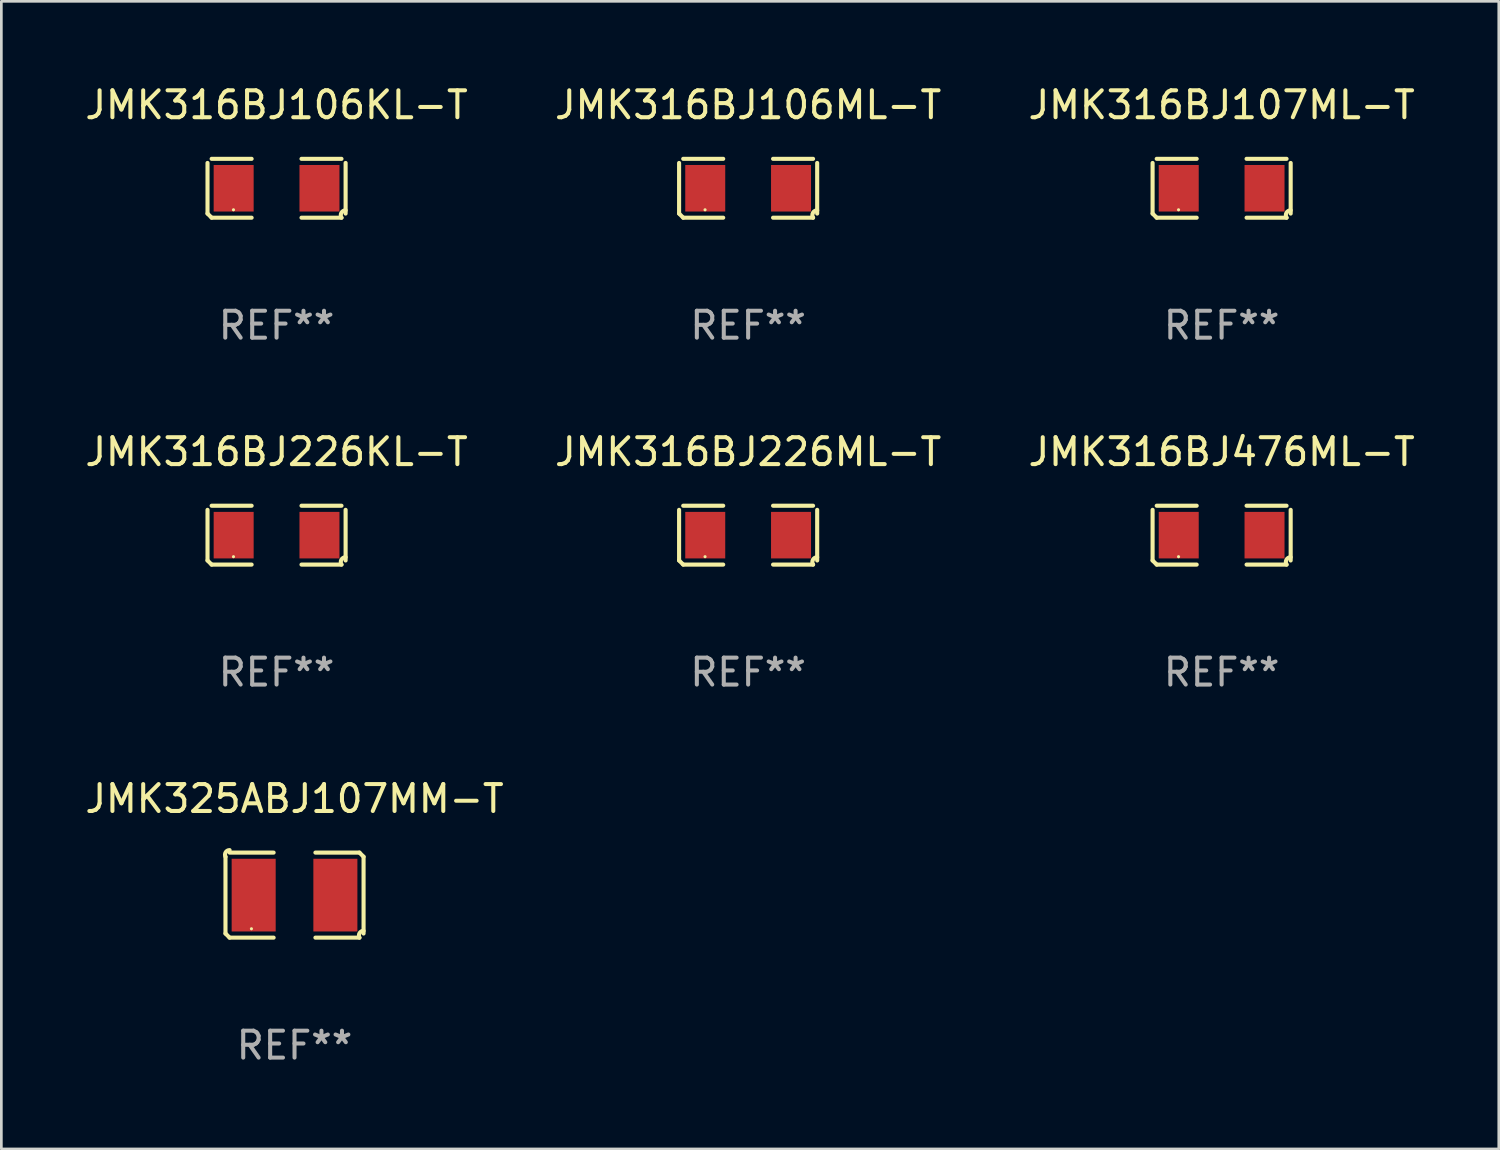
<source format=kicad_pcb>
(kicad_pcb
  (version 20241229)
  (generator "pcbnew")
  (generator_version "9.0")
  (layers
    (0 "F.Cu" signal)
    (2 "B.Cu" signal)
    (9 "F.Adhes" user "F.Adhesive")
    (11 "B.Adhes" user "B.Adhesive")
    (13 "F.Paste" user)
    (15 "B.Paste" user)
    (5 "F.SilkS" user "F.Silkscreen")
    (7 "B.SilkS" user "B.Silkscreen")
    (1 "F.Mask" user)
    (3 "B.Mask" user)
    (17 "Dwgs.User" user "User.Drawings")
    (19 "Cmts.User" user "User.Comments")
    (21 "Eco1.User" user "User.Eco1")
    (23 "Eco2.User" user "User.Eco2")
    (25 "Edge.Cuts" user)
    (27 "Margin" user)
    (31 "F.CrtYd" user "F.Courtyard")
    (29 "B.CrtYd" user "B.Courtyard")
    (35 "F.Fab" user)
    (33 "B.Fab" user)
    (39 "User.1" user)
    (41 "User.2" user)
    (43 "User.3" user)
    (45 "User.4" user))
  (footprint "JMK316BJ226ML-T"
    (layer "F.Cu")
    (at 24.732 16.823)
    (property "Reference" "JMK316BJ226ML-T" (at 0 -3.093 0) (layer "F.SilkS") (effects (font (size 1 1) (thickness 0.15))))
    (attr through_hole)
    (fp_line (start -2.564 0.94) (end -2.564 -0.94) (stroke (width 0.152) (type solid)) (layer "F.SilkS"))
    (fp_line (start -2.411 -1.093) (end -0.926 -1.093) (stroke (width 0.152) (type solid)) (layer "F.SilkS"))
    (fp_line (start -0.926 1.093) (end -2.411 1.093) (stroke (width 0.152) (type solid)) (layer "F.SilkS"))
    (fp_line (start 0.926 1.093) (end 2.411 1.093) (stroke (width 0.152) (type solid)) (layer "F.SilkS"))
    (fp_line (start 2.411 -1.093) (end 0.926 -1.093) (stroke (width 0.152) (type solid)) (layer "F.SilkS"))
    (fp_line (start 2.564 0.94) (end 2.564 -0.94) (stroke (width 0.152) (type solid)) (layer "F.SilkS"))
    (fp_arc (start -2.411201 1.092609) (mid -2.487413 1.01642) (end -2.563602 0.940208) (stroke (width 0.1524) (type solid)) (layer "F.SilkS"))
    (fp_arc (start 2.411201 1.092609) (mid 2.407159 0.911226) (end 2.563602 0.819347) (stroke (width 0.1524) (type solid)) (layer "F.SilkS"))
    (fp_circle (center -1.6 0.8) (end -1.57 0.8) (stroke (width 0.06) (type solid)) (fill no) (layer "F.SilkS"))
    (fp_text user "REF**" (at 0 5.093 0) (layer "F.Fab") (effects (font (size 1 1) (thickness 0.15))))
    (pad "1" smd rect (at -1.593 0) (size 1.485 1.728) (layers "F.Cu" "F.Mask" "F.Paste"))
    (pad "2" smd rect (at 1.593 0) (size 1.485 1.728) (layers "F.Cu" "F.Mask" "F.Paste")))
  (footprint "JMK316BJ107ML-T"
    (layer "F.Cu")
    (at 42.315 3.941)
    (property "Reference" "JMK316BJ107ML-T" (at 0 -3.093 0) (layer "F.SilkS") (effects (font (size 1 1) (thickness 0.15))))
    (attr through_hole)
    (fp_line (start -2.564 0.94) (end -2.564 -0.94) (stroke (width 0.152) (type solid)) (layer "F.SilkS"))
    (fp_line (start -2.411 -1.093) (end -0.926 -1.093) (stroke (width 0.152) (type solid)) (layer "F.SilkS"))
    (fp_line (start -0.926 1.093) (end -2.411 1.093) (stroke (width 0.152) (type solid)) (layer "F.SilkS"))
    (fp_line (start 0.926 1.093) (end 2.411 1.093) (stroke (width 0.152) (type solid)) (layer "F.SilkS"))
    (fp_line (start 2.411 -1.093) (end 0.926 -1.093) (stroke (width 0.152) (type solid)) (layer "F.SilkS"))
    (fp_line (start 2.564 0.94) (end 2.564 -0.94) (stroke (width 0.152) (type solid)) (layer "F.SilkS"))
    (fp_arc (start -2.411201 1.092609) (mid -2.487413 1.01642) (end -2.563602 0.940208) (stroke (width 0.1524) (type solid)) (layer "F.SilkS"))
    (fp_arc (start 2.411201 1.092609) (mid 2.407159 0.911226) (end 2.563602 0.819347) (stroke (width 0.1524) (type solid)) (layer "F.SilkS"))
    (fp_circle (center -1.6 0.8) (end -1.57 0.8) (stroke (width 0.06) (type solid)) (fill no) (layer "F.SilkS"))
    (fp_text user "REF**" (at 0 5.093 0) (layer "F.Fab") (effects (font (size 1 1) (thickness 0.15))))
    (pad "1" smd rect (at -1.593 0) (size 1.485 1.728) (layers "F.Cu" "F.Mask" "F.Paste"))
    (pad "2" smd rect (at 1.593 0) (size 1.485 1.728) (layers "F.Cu" "F.Mask" "F.Paste")))
  (footprint "JMK325ABJ107MM-T"
    (layer "F.Cu")
    (at 7.887 30.19)
    (property "Reference" "JMK325ABJ107MM-T" (at 0 -3.579 0) (layer "F.SilkS") (effects (font (size 1 1) (thickness 0.15))))
    (attr through_hole)
    (fp_line (start -2.564 1.426) (end -2.564 -1.426) (stroke (width 0.152) (type solid)) (layer "F.SilkS"))
    (fp_line (start -2.411 -1.579) (end -0.776 -1.579) (stroke (width 0.152) (type solid)) (layer "F.SilkS"))
    (fp_line (start -0.776 1.579) (end -2.411 1.579) (stroke (width 0.152) (type solid)) (layer "F.SilkS"))
    (fp_line (start 0.776 1.579) (end 2.411 1.579) (stroke (width 0.152) (type solid)) (layer "F.SilkS"))
    (fp_line (start 2.411 -1.579) (end 0.776 -1.579) (stroke (width 0.152) (type solid)) (layer "F.SilkS"))
    (fp_line (start 2.564 1.426) (end 2.564 -1.426) (stroke (width 0.152) (type solid)) (layer "F.SilkS"))
    (fp_arc (start -2.563602 -1.426213) (mid -2.555597 -1.591233) (end -2.411201 -1.671518) (stroke (width 0.1524) (type solid)) (layer "F.SilkS"))
    (fp_arc (start -2.5636 1.426214) (mid -2.487389 1.502402) (end -2.411201 1.578613) (stroke (width 0.1524) (type solid)) (layer "F.SilkS"))
    (fp_arc (start 2.411197 -1.578618) (mid 2.487403 -1.502419) (end 2.563602 -1.426213) (stroke (width 0.1524) (type solid)) (layer "F.SilkS"))
    (fp_arc (start 2.411201 1.578613) (mid 2.416214 1.409455) (end 2.563602 1.32629) (stroke (width 0.1524) (type solid)) (layer "F.SilkS"))
    (fp_circle (center -1.6 1.25) (end -1.57 1.25) (stroke (width 0.06) (type solid)) (fill no) (layer "F.SilkS"))
    (fp_text user "REF**" (at 0 5.579 0) (layer "F.Fab") (effects (font (size 1 1) (thickness 0.15))))
    (pad "1" smd rect (at -1.517 0) (size 1.635 2.7) (layers "F.Cu" "F.Mask" "F.Paste"))
    (pad "2" smd rect (at 1.517 0) (size 1.635 2.7) (layers "F.Cu" "F.Mask" "F.Paste")))
  (footprint "JMK316BJ226KL-T"
    (layer "F.Cu")
    (at 7.22 16.823)
    (property "Reference" "JMK316BJ226KL-T" (at 0 -3.093 0) (layer "F.SilkS") (effects (font (size 1 1) (thickness 0.15))))
    (attr through_hole)
    (fp_line (start -2.564 0.94) (end -2.564 -0.94) (stroke (width 0.152) (type solid)) (layer "F.SilkS"))
    (fp_line (start -2.411 -1.093) (end -0.926 -1.093) (stroke (width 0.152) (type solid)) (layer "F.SilkS"))
    (fp_line (start -0.926 1.093) (end -2.411 1.093) (stroke (width 0.152) (type solid)) (layer "F.SilkS"))
    (fp_line (start 0.926 1.093) (end 2.411 1.093) (stroke (width 0.152) (type solid)) (layer "F.SilkS"))
    (fp_line (start 2.411 -1.093) (end 0.926 -1.093) (stroke (width 0.152) (type solid)) (layer "F.SilkS"))
    (fp_line (start 2.564 0.94) (end 2.564 -0.94) (stroke (width 0.152) (type solid)) (layer "F.SilkS"))
    (fp_arc (start -2.411201 1.092609) (mid -2.487413 1.01642) (end -2.563602 0.940208) (stroke (width 0.1524) (type solid)) (layer "F.SilkS"))
    (fp_arc (start 2.411201 1.092609) (mid 2.407159 0.911226) (end 2.563602 0.819347) (stroke (width 0.1524) (type solid)) (layer "F.SilkS"))
    (fp_circle (center -1.6 0.8) (end -1.57 0.8) (stroke (width 0.06) (type solid)) (fill no) (layer "F.SilkS"))
    (fp_text user "REF**" (at 0 5.093 0) (layer "F.Fab") (effects (font (size 1 1) (thickness 0.15))))
    (pad "1" smd rect (at -1.593 0) (size 1.485 1.728) (layers "F.Cu" "F.Mask" "F.Paste"))
    (pad "2" smd rect (at 1.593 0) (size 1.485 1.728) (layers "F.Cu" "F.Mask" "F.Paste")))
  (footprint "JMK316BJ106ML-T"
    (layer "F.Cu")
    (at 24.732 3.941)
    (property "Reference" "JMK316BJ106ML-T" (at 0 -3.093 0) (layer "F.SilkS") (effects (font (size 1 1) (thickness 0.15))))
    (attr through_hole)
    (fp_line (start -2.564 0.94) (end -2.564 -0.94) (stroke (width 0.152) (type solid)) (layer "F.SilkS"))
    (fp_line (start -2.411 -1.093) (end -0.926 -1.093) (stroke (width 0.152) (type solid)) (layer "F.SilkS"))
    (fp_line (start -0.926 1.093) (end -2.411 1.093) (stroke (width 0.152) (type solid)) (layer "F.SilkS"))
    (fp_line (start 0.926 1.093) (end 2.411 1.093) (stroke (width 0.152) (type solid)) (layer "F.SilkS"))
    (fp_line (start 2.411 -1.093) (end 0.926 -1.093) (stroke (width 0.152) (type solid)) (layer "F.SilkS"))
    (fp_line (start 2.564 0.94) (end 2.564 -0.94) (stroke (width 0.152) (type solid)) (layer "F.SilkS"))
    (fp_arc (start -2.411201 1.092609) (mid -2.487413 1.01642) (end -2.563602 0.940208) (stroke (width 0.1524) (type solid)) (layer "F.SilkS"))
    (fp_arc (start 2.411201 1.092609) (mid 2.407159 0.911226) (end 2.563602 0.819347) (stroke (width 0.1524) (type solid)) (layer "F.SilkS"))
    (fp_circle (center -1.6 0.8) (end -1.57 0.8) (stroke (width 0.06) (type solid)) (fill no) (layer "F.SilkS"))
    (fp_text user "REF**" (at 0 5.093 0) (layer "F.Fab") (effects (font (size 1 1) (thickness 0.15))))
    (pad "1" smd rect (at -1.593 0) (size 1.485 1.728) (layers "F.Cu" "F.Mask" "F.Paste"))
    (pad "2" smd rect (at 1.593 0) (size 1.485 1.728) (layers "F.Cu" "F.Mask" "F.Paste")))
  (footprint "JMK316BJ106KL-T"
    (layer "F.Cu")
    (at 7.22 3.941)
    (property "Reference" "JMK316BJ106KL-T" (at 0 -3.093 0) (layer "F.SilkS") (effects (font (size 1 1) (thickness 0.15))))
    (attr through_hole)
    (fp_line (start -2.564 0.94) (end -2.564 -0.94) (stroke (width 0.152) (type solid)) (layer "F.SilkS"))
    (fp_line (start -2.411 -1.093) (end -0.926 -1.093) (stroke (width 0.152) (type solid)) (layer "F.SilkS"))
    (fp_line (start -0.926 1.093) (end -2.411 1.093) (stroke (width 0.152) (type solid)) (layer "F.SilkS"))
    (fp_line (start 0.926 1.093) (end 2.411 1.093) (stroke (width 0.152) (type solid)) (layer "F.SilkS"))
    (fp_line (start 2.411 -1.093) (end 0.926 -1.093) (stroke (width 0.152) (type solid)) (layer "F.SilkS"))
    (fp_line (start 2.564 0.94) (end 2.564 -0.94) (stroke (width 0.152) (type solid)) (layer "F.SilkS"))
    (fp_arc (start -2.411201 1.092609) (mid -2.487413 1.01642) (end -2.563602 0.940208) (stroke (width 0.1524) (type solid)) (layer "F.SilkS"))
    (fp_arc (start 2.411201 1.092609) (mid 2.407159 0.911226) (end 2.563602 0.819347) (stroke (width 0.1524) (type solid)) (layer "F.SilkS"))
    (fp_circle (center -1.6 0.8) (end -1.57 0.8) (stroke (width 0.06) (type solid)) (fill no) (layer "F.SilkS"))
    (fp_text user "REF**" (at 0 5.093 0) (layer "F.Fab") (effects (font (size 1 1) (thickness 0.15))))
    (pad "1" smd rect (at -1.593 0) (size 1.485 1.728) (layers "F.Cu" "F.Mask" "F.Paste"))
    (pad "2" smd rect (at 1.593 0) (size 1.485 1.728) (layers "F.Cu" "F.Mask" "F.Paste")))
  (footprint "JMK316BJ476ML-T"
    (layer "F.Cu")
    (at 42.315 16.823)
    (property "Reference" "JMK316BJ476ML-T" (at 0 -3.093 0) (layer "F.SilkS") (effects (font (size 1 1) (thickness 0.15))))
    (attr through_hole)
    (fp_line (start -2.564 0.94) (end -2.564 -0.94) (stroke (width 0.152) (type solid)) (layer "F.SilkS"))
    (fp_line (start -2.411 -1.093) (end -0.926 -1.093) (stroke (width 0.152) (type solid)) (layer "F.SilkS"))
    (fp_line (start -0.926 1.093) (end -2.411 1.093) (stroke (width 0.152) (type solid)) (layer "F.SilkS"))
    (fp_line (start 0.926 1.093) (end 2.411 1.093) (stroke (width 0.152) (type solid)) (layer "F.SilkS"))
    (fp_line (start 2.411 -1.093) (end 0.926 -1.093) (stroke (width 0.152) (type solid)) (layer "F.SilkS"))
    (fp_line (start 2.564 0.94) (end 2.564 -0.94) (stroke (width 0.152) (type solid)) (layer "F.SilkS"))
    (fp_arc (start -2.411201 1.092609) (mid -2.487413 1.01642) (end -2.563602 0.940208) (stroke (width 0.1524) (type solid)) (layer "F.SilkS"))
    (fp_arc (start 2.411201 1.092609) (mid 2.407159 0.911226) (end 2.563602 0.819347) (stroke (width 0.1524) (type solid)) (layer "F.SilkS"))
    (fp_circle (center -1.6 0.8) (end -1.57 0.8) (stroke (width 0.06) (type solid)) (fill no) (layer "F.SilkS"))
    (fp_text user "REF**" (at 0 5.093 0) (layer "F.Fab") (effects (font (size 1 1) (thickness 0.15))))
    (pad "1" smd rect (at -1.593 0) (size 1.485 1.728) (layers "F.Cu" "F.Mask" "F.Paste"))
    (pad "2" smd rect (at 1.593 0) (size 1.485 1.728) (layers "F.Cu" "F.Mask" "F.Paste")))
  (gr_rect
    (start -3 -3)
    (end 52.607 39.617)
    (stroke (width 0.1) (type default))
    (fill no)
    (layer "Edge.Cuts")))
</source>
